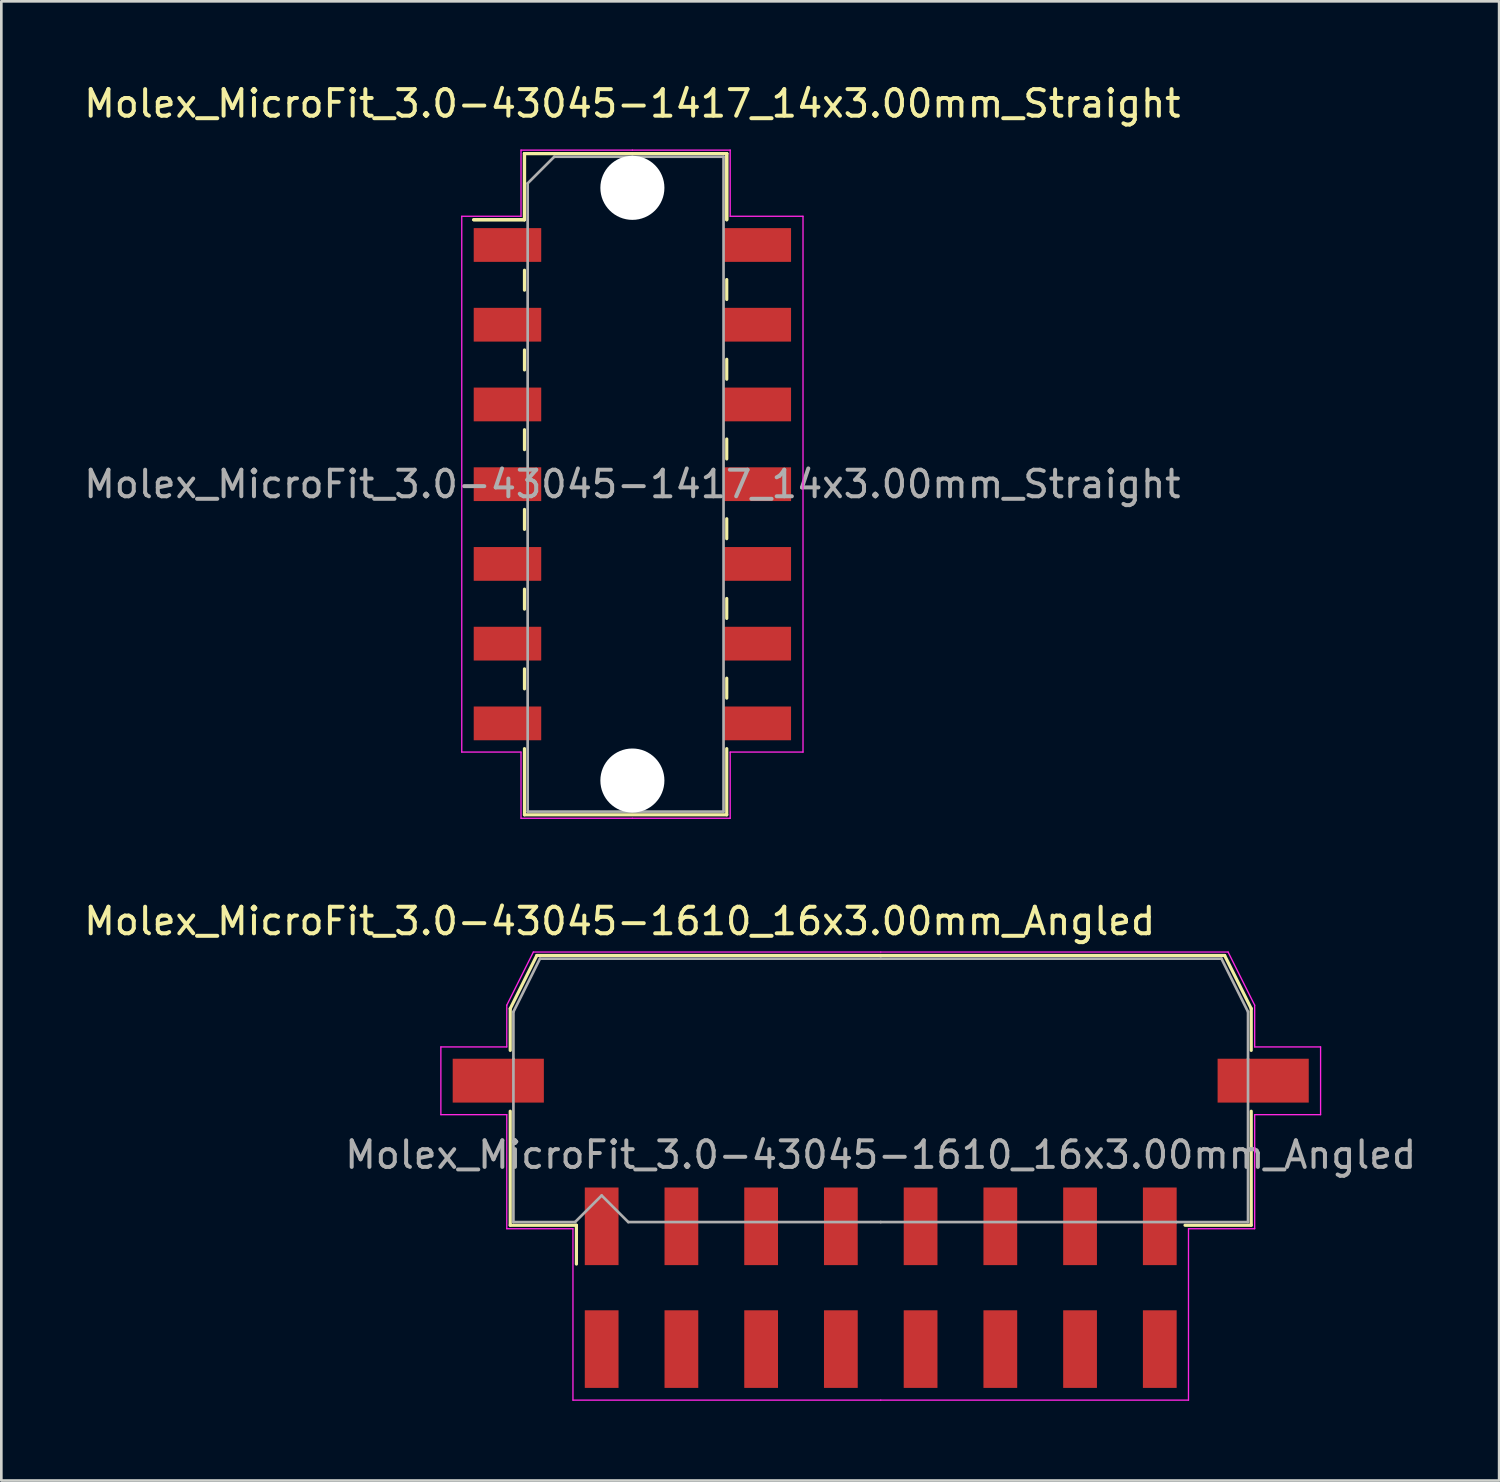
<source format=kicad_pcb>
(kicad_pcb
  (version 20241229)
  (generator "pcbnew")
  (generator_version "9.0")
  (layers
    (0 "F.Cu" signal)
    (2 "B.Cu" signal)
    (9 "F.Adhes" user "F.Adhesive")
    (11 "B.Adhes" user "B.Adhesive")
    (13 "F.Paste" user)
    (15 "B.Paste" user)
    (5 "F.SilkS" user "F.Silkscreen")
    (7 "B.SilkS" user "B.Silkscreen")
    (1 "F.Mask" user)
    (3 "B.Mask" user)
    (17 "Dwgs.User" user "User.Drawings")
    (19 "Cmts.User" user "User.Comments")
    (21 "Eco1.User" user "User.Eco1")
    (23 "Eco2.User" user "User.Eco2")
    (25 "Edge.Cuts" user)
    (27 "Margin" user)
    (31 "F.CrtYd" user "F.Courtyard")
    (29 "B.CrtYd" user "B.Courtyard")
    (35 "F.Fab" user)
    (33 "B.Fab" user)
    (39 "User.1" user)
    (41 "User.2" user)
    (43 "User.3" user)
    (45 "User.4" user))
  (footprint "Molex_MicroFit_3.0-43045-1417_14x3.00mm_Straight"
    (layer "F.Cu")
    (at 20.744 15.168)
    (property "Reference" "Molex_MicroFit_3.0-43045-1417_14x3.00mm_Straight" (at 0 -14.32 0) (layer "F.SilkS") (effects (font (size 1 1) (thickness 0.15))))
    (attr smd)
    (fp_line (start -5.97 -9.95) (end -4.06 -9.95) (stroke (width 0.12) (type solid)) (layer "F.SilkS"))
    (fp_line (start -5.97 -9.95) (end -4.06 -9.95) (stroke (width 0.12) (type solid)) (layer "F.SilkS"))
    (fp_line (start -4.06 -12.44) (end 3.55 -12.44) (stroke (width 0.12) (type solid)) (layer "F.SilkS"))
    (fp_line (start -4.06 -12.44) (end 3.55 -12.44) (stroke (width 0.12) (type solid)) (layer "F.SilkS"))
    (fp_line (start -4.06 -9.95) (end -4.06 -12.44) (stroke (width 0.12) (type solid)) (layer "F.SilkS"))
    (fp_line (start -4.06 -9.95) (end -4.06 -12.44) (stroke (width 0.12) (type solid)) (layer "F.SilkS"))
    (fp_line (start -4.06 -8.05) (end -4.06 -7.3) (stroke (width 0.12) (type solid)) (layer "F.SilkS"))
    (fp_line (start -4.06 -5.05) (end -4.06 -4.3) (stroke (width 0.12) (type solid)) (layer "F.SilkS"))
    (fp_line (start -4.06 -2.05) (end -4.06 -1.3) (stroke (width 0.12) (type solid)) (layer "F.SilkS"))
    (fp_line (start -4.06 0.95) (end -4.06 1.7) (stroke (width 0.12) (type solid)) (layer "F.SilkS"))
    (fp_line (start -4.06 3.95) (end -4.06 4.7) (stroke (width 0.12) (type solid)) (layer "F.SilkS"))
    (fp_line (start -4.06 6.95) (end -4.06 7.7) (stroke (width 0.12) (type solid)) (layer "F.SilkS"))
    (fp_line (start -4.06 12.44) (end -4.06 9.95) (stroke (width 0.12) (type solid)) (layer "F.SilkS"))
    (fp_line (start 3.55 -12.44) (end 3.55 -9.95) (stroke (width 0.12) (type solid)) (layer "F.SilkS"))
    (fp_line (start 3.55 -12.44) (end 3.55 -9.95) (stroke (width 0.12) (type solid)) (layer "F.SilkS"))
    (fp_line (start 3.55 -6.95) (end 3.55 -7.7) (stroke (width 0.12) (type solid)) (layer "F.SilkS"))
    (fp_line (start 3.55 -3.95) (end 3.55 -4.7) (stroke (width 0.12) (type solid)) (layer "F.SilkS"))
    (fp_line (start 3.55 -0.95) (end 3.55 -1.7) (stroke (width 0.12) (type solid)) (layer "F.SilkS"))
    (fp_line (start 3.55 2.05) (end 3.55 1.3) (stroke (width 0.12) (type solid)) (layer "F.SilkS"))
    (fp_line (start 3.55 5.05) (end 3.55 4.3) (stroke (width 0.12) (type solid)) (layer "F.SilkS"))
    (fp_line (start 3.55 8.05) (end 3.55 7.3) (stroke (width 0.12) (type solid)) (layer "F.SilkS"))
    (fp_line (start 3.55 9.95) (end 3.55 12.44) (stroke (width 0.12) (type solid)) (layer "F.SilkS"))
    (fp_line (start 3.55 12.44) (end -4.06 12.44) (stroke (width 0.12) (type solid)) (layer "F.SilkS"))
    (fp_line (start -6.42 -10.08) (end -4.19 -10.08) (stroke (width 0.05) (type solid)) (layer "F.CrtYd"))
    (fp_line (start -6.42 10.08) (end -6.42 -10.08) (stroke (width 0.05) (type solid)) (layer "F.CrtYd"))
    (fp_line (start -4.19 -12.57) (end 0 -12.57) (stroke (width 0.05) (type solid)) (layer "F.CrtYd"))
    (fp_line (start -4.19 -10.08) (end -4.19 -12.57) (stroke (width 0.05) (type solid)) (layer "F.CrtYd"))
    (fp_line (start -4.19 10.08) (end -6.42 10.08) (stroke (width 0.05) (type solid)) (layer "F.CrtYd"))
    (fp_line (start -4.19 12.57) (end -4.19 10.08) (stroke (width 0.05) (type solid)) (layer "F.CrtYd"))
    (fp_line (start 0 -12.57) (end 3.68 -12.57) (stroke (width 0.05) (type solid)) (layer "F.CrtYd"))
    (fp_line (start 0 12.57) (end -4.19 12.57) (stroke (width 0.05) (type solid)) (layer "F.CrtYd"))
    (fp_line (start 3.68 -12.57) (end 3.68 -10.08) (stroke (width 0.05) (type solid)) (layer "F.CrtYd"))
    (fp_line (start 3.68 -10.08) (end 6.42 -10.08) (stroke (width 0.05) (type solid)) (layer "F.CrtYd"))
    (fp_line (start 3.68 10.08) (end 3.68 12.57) (stroke (width 0.05) (type solid)) (layer "F.CrtYd"))
    (fp_line (start 3.68 12.57) (end 0 12.57) (stroke (width 0.05) (type solid)) (layer "F.CrtYd"))
    (fp_line (start 6.42 -10.08) (end 6.42 10.08) (stroke (width 0.05) (type solid)) (layer "F.CrtYd"))
    (fp_line (start 6.42 10.08) (end 3.68 10.08) (stroke (width 0.05) (type solid)) (layer "F.CrtYd"))
    (fp_line (start -3.94 -11.32) (end -2.94 -12.32) (stroke (width 0.1) (type solid)) (layer "F.Fab"))
    (fp_line (start -3.94 12.32) (end -3.94 -11.32) (stroke (width 0.1) (type solid)) (layer "F.Fab"))
    (fp_line (start -2.94 -12.32) (end 0 -12.32) (stroke (width 0.1) (type solid)) (layer "F.Fab"))
    (fp_line (start 0 -12.32) (end 3.43 -12.32) (stroke (width 0.1) (type solid)) (layer "F.Fab"))
    (fp_line (start 0 12.32) (end -3.94 12.32) (stroke (width 0.1) (type solid)) (layer "F.Fab"))
    (fp_line (start 3.43 -12.32) (end 3.43 12.32) (stroke (width 0.1) (type solid)) (layer "F.Fab"))
    (fp_line (start 3.43 12.32) (end 0 12.32) (stroke (width 0.1) (type solid)) (layer "F.Fab"))
    (fp_text user "${REFERENCE}" (at 0 0 0) (layer "F.Fab") (effects (font (size 1 1) (thickness 0.15))))
    (pad "" np_thru_hole circle (at 0 -11.15) (size 2.41 2.41) (drill 2.41) (layers "*.Cu"))
    (pad "" np_thru_hole circle (at 0 11.15) (size 2.41 2.41) (drill 2.41) (layers "*.Cu"))
    (pad "1" smd rect (at -4.7 -9) (size 2.54 1.27) (layers "F.Cu" "F.Mask" "F.Paste"))
    (pad "2" smd rect (at -4.7 -6) (size 2.54 1.27) (layers "F.Cu" "F.Mask" "F.Paste"))
    (pad "3" smd rect (at -4.7 -3) (size 2.54 1.27) (layers "F.Cu" "F.Mask" "F.Paste"))
    (pad "4" smd rect (at -4.7 0) (size 2.54 1.27) (layers "F.Cu" "F.Mask" "F.Paste"))
    (pad "5" smd rect (at -4.7 3) (size 2.54 1.27) (layers "F.Cu" "F.Mask" "F.Paste"))
    (pad "6" smd rect (at -4.7 6) (size 2.54 1.27) (layers "F.Cu" "F.Mask" "F.Paste"))
    (pad "7" smd rect (at -4.7 9) (size 2.54 1.27) (layers "F.Cu" "F.Mask" "F.Paste"))
    (pad "8" smd rect (at 4.7 9) (size 2.54 1.27) (layers "F.Cu" "F.Mask" "F.Paste"))
    (pad "9" smd rect (at 4.7 6) (size 2.54 1.27) (layers "F.Cu" "F.Mask" "F.Paste"))
    (pad "10" smd rect (at 4.7 3) (size 2.54 1.27) (layers "F.Cu" "F.Mask" "F.Paste"))
    (pad "11" smd rect (at 4.7 0) (size 2.54 1.27) (layers "F.Cu" "F.Mask" "F.Paste"))
    (pad "12" smd rect (at 4.7 -3) (size 2.54 1.27) (layers "F.Cu" "F.Mask" "F.Paste"))
    (pad "13" smd rect (at 4.7 -6) (size 2.54 1.27) (layers "F.Cu" "F.Mask" "F.Paste"))
    (pad "14" smd rect (at 4.7 -9) (size 2.54 1.27) (layers "F.Cu" "F.Mask" "F.Paste")))
  (footprint "Molex_MicroFit_3.0-43045-1610_16x3.00mm_Angled"
    (layer "F.Cu")
    (at 30.088 45.401)
    (property "Reference" "Molex_MicroFit_3.0-43045-1610_16x3.00mm_Angled" (at -9.82 -13.79 0) (layer "F.SilkS") (effects (font (size 1 1) (thickness 0.15))))
    (attr smd)
    (fp_line (start -13.94 -10.5) (end -13.94 -8.93) (stroke (width 0.12) (type solid)) (layer "F.SilkS"))
    (fp_line (start -13.94 -6.64) (end -13.94 -2.35) (stroke (width 0.12) (type solid)) (layer "F.SilkS"))
    (fp_line (start -13.94 -2.35) (end -11.45 -2.35) (stroke (width 0.12) (type solid)) (layer "F.SilkS"))
    (fp_line (start -12.94 -12.5) (end -13.94 -10.5) (stroke (width 0.12) (type solid)) (layer "F.SilkS"))
    (fp_line (start -11.45 -2.35) (end -11.45 -0.89) (stroke (width 0.12) (type solid)) (layer "F.SilkS"))
    (fp_line (start 0 -12.5) (end -12.94 -12.5) (stroke (width 0.12) (type solid)) (layer "F.SilkS"))
    (fp_line (start 0 -12.5) (end 12.94 -12.5) (stroke (width 0.12) (type solid)) (layer "F.SilkS"))
    (fp_line (start 12.94 -12.5) (end 13.94 -10.5) (stroke (width 0.12) (type solid)) (layer "F.SilkS"))
    (fp_line (start 13.94 -10.5) (end 13.94 -8.93) (stroke (width 0.12) (type solid)) (layer "F.SilkS"))
    (fp_line (start 13.94 -6.64) (end 13.94 -2.35) (stroke (width 0.12) (type solid)) (layer "F.SilkS"))
    (fp_line (start 13.94 -2.35) (end 11.45 -2.35) (stroke (width 0.12) (type solid)) (layer "F.SilkS"))
    (fp_line (start -16.55 -9.06) (end -16.55 -6.51) (stroke (width 0.05) (type solid)) (layer "F.CrtYd"))
    (fp_line (start -16.55 -6.51) (end -14.07 -6.51) (stroke (width 0.05) (type solid)) (layer "F.CrtYd"))
    (fp_line (start -14.07 -10.63) (end -14.07 -9.06) (stroke (width 0.05) (type solid)) (layer "F.CrtYd"))
    (fp_line (start -14.07 -9.06) (end -16.55 -9.06) (stroke (width 0.05) (type solid)) (layer "F.CrtYd"))
    (fp_line (start -14.07 -6.51) (end -14.07 -2.22) (stroke (width 0.05) (type solid)) (layer "F.CrtYd"))
    (fp_line (start -14.07 -2.22) (end -11.58 -2.22) (stroke (width 0.05) (type solid)) (layer "F.CrtYd"))
    (fp_line (start -13.07 -12.63) (end -14.07 -10.63) (stroke (width 0.05) (type solid)) (layer "F.CrtYd"))
    (fp_line (start -11.58 -2.22) (end -11.58 4.23) (stroke (width 0.05) (type solid)) (layer "F.CrtYd"))
    (fp_line (start -11.58 4.23) (end 0 4.23) (stroke (width 0.05) (type solid)) (layer "F.CrtYd"))
    (fp_line (start 0 -12.63) (end -13.07 -12.63) (stroke (width 0.05) (type solid)) (layer "F.CrtYd"))
    (fp_line (start 0 -12.63) (end 13.07 -12.63) (stroke (width 0.05) (type solid)) (layer "F.CrtYd"))
    (fp_line (start 11.58 -2.22) (end 11.58 4.23) (stroke (width 0.05) (type solid)) (layer "F.CrtYd"))
    (fp_line (start 11.58 4.23) (end 0 4.23) (stroke (width 0.05) (type solid)) (layer "F.CrtYd"))
    (fp_line (start 13.07 -12.63) (end 14.07 -10.63) (stroke (width 0.05) (type solid)) (layer "F.CrtYd"))
    (fp_line (start 14.07 -10.63) (end 14.07 -9.06) (stroke (width 0.05) (type solid)) (layer "F.CrtYd"))
    (fp_line (start 14.07 -9.06) (end 16.55 -9.06) (stroke (width 0.05) (type solid)) (layer "F.CrtYd"))
    (fp_line (start 14.07 -6.51) (end 14.07 -2.22) (stroke (width 0.05) (type solid)) (layer "F.CrtYd"))
    (fp_line (start 14.07 -2.22) (end 11.58 -2.22) (stroke (width 0.05) (type solid)) (layer "F.CrtYd"))
    (fp_line (start 16.55 -9.06) (end 16.55 -6.51) (stroke (width 0.05) (type solid)) (layer "F.CrtYd"))
    (fp_line (start 16.55 -6.51) (end 14.07 -6.51) (stroke (width 0.05) (type solid)) (layer "F.CrtYd"))
    (fp_line (start -13.82 -10.38) (end -13.82 -8.61) (stroke (width 0.1) (type solid)) (layer "F.Fab"))
    (fp_line (start -13.82 -8.61) (end -13.82 -2.47) (stroke (width 0.1) (type solid)) (layer "F.Fab"))
    (fp_line (start -13.82 -2.47) (end -11.5 -2.47) (stroke (width 0.1) (type solid)) (layer "F.Fab"))
    (fp_line (start -12.82 -12.38) (end -13.82 -10.38) (stroke (width 0.1) (type solid)) (layer "F.Fab"))
    (fp_line (start -11.5 -2.47) (end -10.5 -3.47) (stroke (width 0.1) (type solid)) (layer "F.Fab"))
    (fp_line (start -10.5 -3.47) (end -9.5 -2.47) (stroke (width 0.1) (type solid)) (layer "F.Fab"))
    (fp_line (start -9.5 -2.47) (end 0 -2.47) (stroke (width 0.1) (type solid)) (layer "F.Fab"))
    (fp_line (start 0 -12.38) (end -12.82 -12.38) (stroke (width 0.1) (type solid)) (layer "F.Fab"))
    (fp_line (start 0 -12.38) (end 12.82 -12.38) (stroke (width 0.1) (type solid)) (layer "F.Fab"))
    (fp_line (start 11.13 -2.47) (end 0 -2.47) (stroke (width 0.1) (type solid)) (layer "F.Fab"))
    (fp_line (start 12.82 -12.38) (end 13.82 -10.38) (stroke (width 0.1) (type solid)) (layer "F.Fab"))
    (fp_line (start 13.82 -10.38) (end 13.82 -8.61) (stroke (width 0.1) (type solid)) (layer "F.Fab"))
    (fp_line (start 13.82 -8.61) (end 13.82 -2.47) (stroke (width 0.1) (type solid)) (layer "F.Fab"))
    (fp_line (start 13.82 -2.47) (end 11.13 -2.47) (stroke (width 0.1) (type solid)) (layer "F.Fab"))
    (fp_text user "${REFERENCE}" (at 0 -5 0) (layer "F.Fab") (effects (font (size 1 1) (thickness 0.15))))
    (pad "" smd rect (at -14.39 -7.79) (size 3.43 1.65) (layers "F.Cu" "F.Mask" "F.Paste"))
    (pad "" smd rect (at 14.39 -7.79) (size 3.43 1.65) (layers "F.Cu" "F.Mask" "F.Paste"))
    (pad "1" smd rect (at -10.5 -2.31) (size 1.27 2.92) (layers "F.Cu" "F.Mask" "F.Paste"))
    (pad "2" smd rect (at -7.5 -2.31) (size 1.27 2.92) (layers "F.Cu" "F.Mask" "F.Paste"))
    (pad "3" smd rect (at -4.5 -2.31) (size 1.27 2.92) (layers "F.Cu" "F.Mask" "F.Paste"))
    (pad "4" smd rect (at -1.5 -2.31) (size 1.27 2.92) (layers "F.Cu" "F.Mask" "F.Paste"))
    (pad "5" smd rect (at 1.5 -2.31) (size 1.27 2.92) (layers "F.Cu" "F.Mask" "F.Paste"))
    (pad "6" smd rect (at 4.5 -2.31) (size 1.27 2.92) (layers "F.Cu" "F.Mask" "F.Paste"))
    (pad "7" smd rect (at 7.5 -2.31) (size 1.27 2.92) (layers "F.Cu" "F.Mask" "F.Paste"))
    (pad "8" smd rect (at 10.5 -2.31) (size 1.27 2.92) (layers "F.Cu" "F.Mask" "F.Paste"))
    (pad "9" smd rect (at 10.5 2.31) (size 1.27 2.92) (layers "F.Cu" "F.Mask" "F.Paste"))
    (pad "10" smd rect (at 7.5 2.31) (size 1.27 2.92) (layers "F.Cu" "F.Mask" "F.Paste"))
    (pad "11" smd rect (at 4.5 2.31) (size 1.27 2.92) (layers "F.Cu" "F.Mask" "F.Paste"))
    (pad "12" smd rect (at 1.5 2.31) (size 1.27 2.92) (layers "F.Cu" "F.Mask" "F.Paste"))
    (pad "13" smd rect (at -1.5 2.31) (size 1.27 2.92) (layers "F.Cu" "F.Mask" "F.Paste"))
    (pad "14" smd rect (at -4.5 2.31) (size 1.27 2.92) (layers "F.Cu" "F.Mask" "F.Paste"))
    (pad "15" smd rect (at -7.5 2.31) (size 1.27 2.92) (layers "F.Cu" "F.Mask" "F.Paste"))
    (pad "16" smd rect (at -10.5 2.31) (size 1.27 2.92) (layers "F.Cu" "F.Mask" "F.Paste")))
  (gr_rect
    (start -3 -3)
    (end 53.356 52.657)
    (stroke (width 0.1) (type default))
    (fill no)
    (layer "Edge.Cuts")))
</source>
